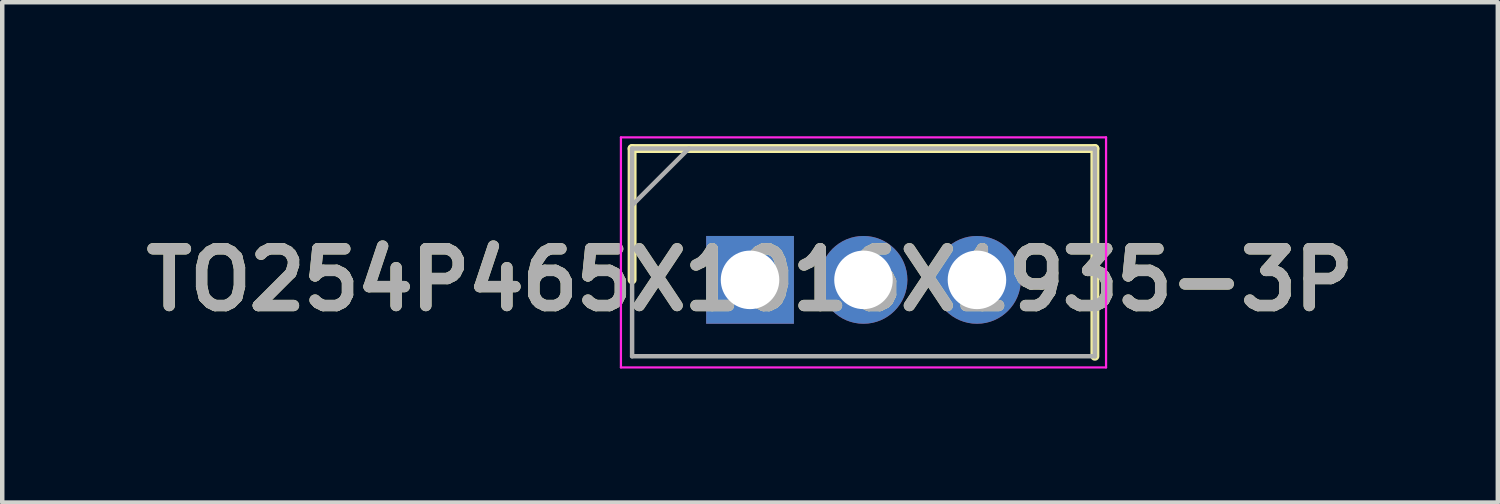
<source format=kicad_pcb>
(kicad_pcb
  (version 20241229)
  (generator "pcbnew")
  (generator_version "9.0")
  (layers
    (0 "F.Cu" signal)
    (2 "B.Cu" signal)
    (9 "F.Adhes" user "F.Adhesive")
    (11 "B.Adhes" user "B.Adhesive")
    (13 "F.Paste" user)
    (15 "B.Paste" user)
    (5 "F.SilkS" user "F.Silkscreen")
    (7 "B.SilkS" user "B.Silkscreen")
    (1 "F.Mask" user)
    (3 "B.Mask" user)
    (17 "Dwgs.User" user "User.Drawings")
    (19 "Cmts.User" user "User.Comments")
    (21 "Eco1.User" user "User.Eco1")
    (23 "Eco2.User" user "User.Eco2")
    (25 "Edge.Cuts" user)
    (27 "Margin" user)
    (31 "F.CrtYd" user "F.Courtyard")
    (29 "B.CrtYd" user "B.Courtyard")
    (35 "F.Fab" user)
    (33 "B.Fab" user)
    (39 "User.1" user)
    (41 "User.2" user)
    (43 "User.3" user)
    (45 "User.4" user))
  (footprint "TO254P465X1016X1935-3P"
    (layer "F.Cu")
    (at 13.74 3.215)
    (property "Reference" "TO254P465X1016X1935-3P" (at 0 0 0) (layer "F.SilkS") (effects (font (size 1.27 1.27) (thickness 0.254))))
    (attr through_hole)
    (fp_line (start -2.64 -2.94) (end -2.64 0) (stroke (width 0.2) (type solid)) (layer "F.SilkS"))
    (fp_line (start 7.72 -2.94) (end -2.64 -2.94) (stroke (width 0.2) (type solid)) (layer "F.SilkS"))
    (fp_line (start 7.72 1.71) (end 7.72 -2.94) (stroke (width 0.2) (type solid)) (layer "F.SilkS"))
    (fp_line (start -2.89 -3.19) (end 7.97 -3.19) (stroke (width 0.05) (type solid)) (layer "F.CrtYd"))
    (fp_line (start -2.89 1.96) (end -2.89 -3.19) (stroke (width 0.05) (type solid)) (layer "F.CrtYd"))
    (fp_line (start 7.97 -3.19) (end 7.97 1.96) (stroke (width 0.05) (type solid)) (layer "F.CrtYd"))
    (fp_line (start 7.97 1.96) (end -2.89 1.96) (stroke (width 0.05) (type solid)) (layer "F.CrtYd"))
    (fp_line (start -2.64 -2.94) (end 7.72 -2.94) (stroke (width 0.1) (type solid)) (layer "F.Fab"))
    (fp_line (start -2.64 -1.67) (end -1.37 -2.94) (stroke (width 0.1) (type solid)) (layer "F.Fab"))
    (fp_line (start -2.64 1.71) (end -2.64 -2.94) (stroke (width 0.1) (type solid)) (layer "F.Fab"))
    (fp_line (start 7.72 -2.94) (end 7.72 1.71) (stroke (width 0.1) (type solid)) (layer "F.Fab"))
    (fp_line (start 7.72 1.71) (end -2.64 1.71) (stroke (width 0.1) (type solid)) (layer "F.Fab"))
    (fp_text user "${REFERENCE}" (at 0 0 0) (layer "F.Fab") (effects (font (size 1.27 1.27) (thickness 0.254))))
    (pad "1" thru_hole rect (at 0 0) (size 1.965 1.965) (drill 1.31) (layers "*.Cu" "*.Mask"))
    (pad "2" thru_hole circle (at 2.54 0) (size 1.965 1.965) (drill 1.31) (layers "*.Cu" "*.Mask"))
    (pad "3" thru_hole circle (at 5.08 0) (size 1.965 1.965) (drill 1.31) (layers "*.Cu" "*.Mask")))
  (gr_rect
    (start -3 -3)
    (end 30.48 8.2)
    (stroke (width 0.1) (type default))
    (fill no)
    (layer "Edge.Cuts")))
</source>
